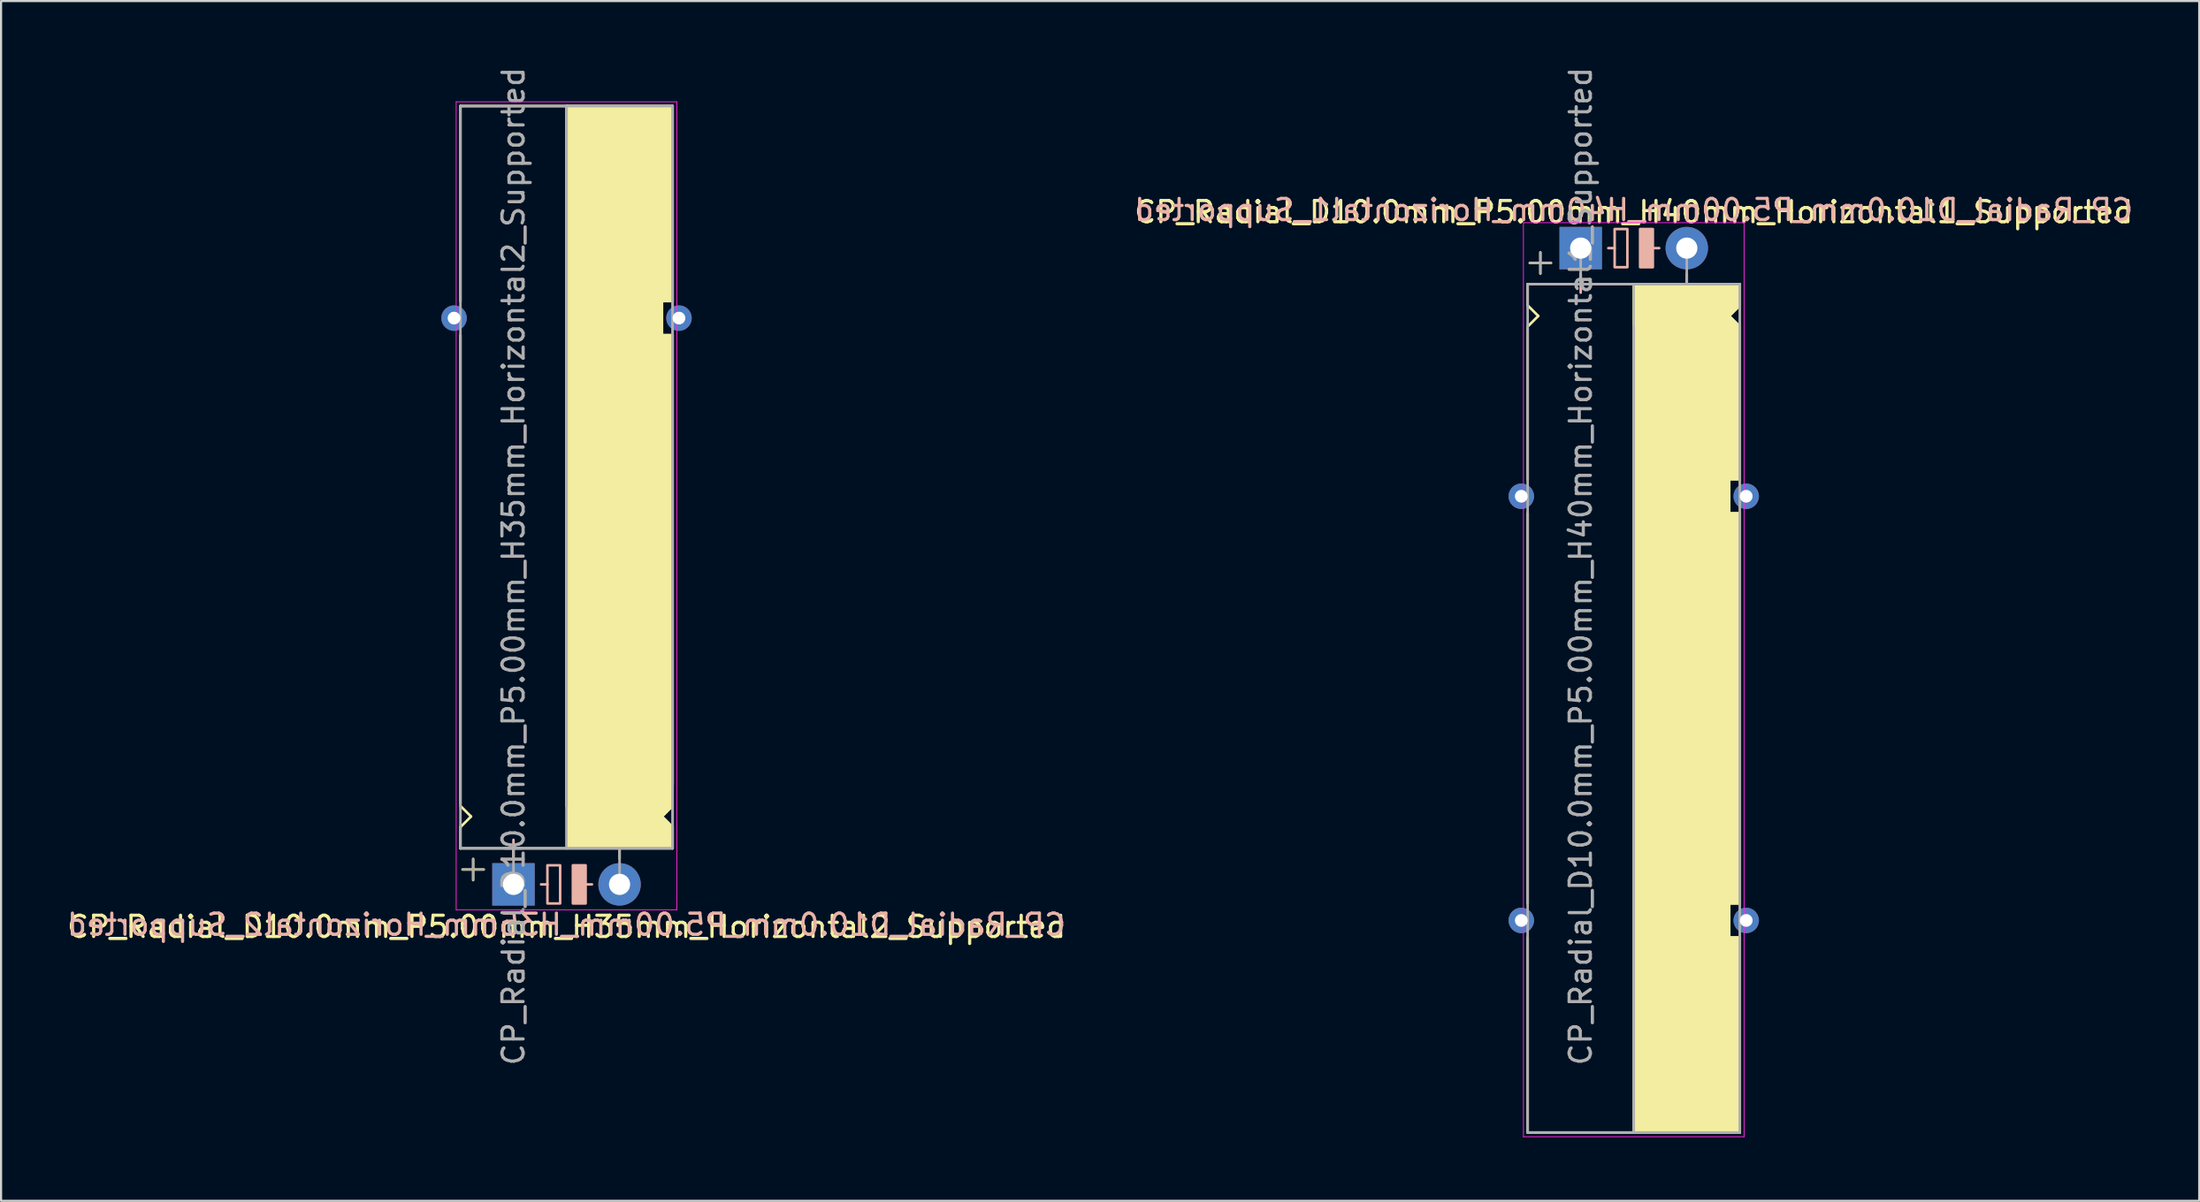
<source format=kicad_pcb>
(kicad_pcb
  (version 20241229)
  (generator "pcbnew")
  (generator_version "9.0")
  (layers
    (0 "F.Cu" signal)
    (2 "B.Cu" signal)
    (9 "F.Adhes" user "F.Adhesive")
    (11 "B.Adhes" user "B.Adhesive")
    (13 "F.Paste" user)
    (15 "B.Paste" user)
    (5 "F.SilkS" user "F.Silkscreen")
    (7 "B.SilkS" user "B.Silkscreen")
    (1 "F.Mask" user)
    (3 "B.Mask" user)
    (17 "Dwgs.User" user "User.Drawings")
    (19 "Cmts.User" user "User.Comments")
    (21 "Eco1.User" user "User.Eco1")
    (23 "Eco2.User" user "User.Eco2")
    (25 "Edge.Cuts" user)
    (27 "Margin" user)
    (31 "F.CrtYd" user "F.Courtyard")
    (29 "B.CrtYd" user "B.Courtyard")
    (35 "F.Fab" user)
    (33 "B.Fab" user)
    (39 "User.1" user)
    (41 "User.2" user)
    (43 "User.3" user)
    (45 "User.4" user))
  (footprint "CP_Radial_D10.0mm_P5.00mm_H35mm_Horizontal2_Supported"
    (layer "F.Cu")
    (at 21.149 38.649)
    (property "Reference" "CP_Radial_D10.0mm_P5.00mm_H35mm_Horizontal2_Supported" (at 2.5 2 0) (layer "F.SilkS") (effects (font (size 1 1) (thickness 0.15))))
    (fp_line (start -2.5 -36.7) (end 7.5 -36.7) (stroke (width 0.12) (type solid)) (layer "F.SilkS"))
    (fp_line (start -2.5 -27.5) (end -2.5 -36.7) (stroke (width 0.12) (type solid)) (layer "F.SilkS"))
    (fp_line (start -2.5 -3.8) (end -2.5 -25.9) (stroke (width 0.12) (type solid)) (layer "F.SilkS"))
    (fp_line (start -2.5 -2.7) (end -2 -3.2) (stroke (width 0.12) (type solid)) (layer "F.SilkS"))
    (fp_line (start -2.5 -1.7) (end -2.5 -2.7) (stroke (width 0.12) (type solid)) (layer "F.SilkS"))
    (fp_line (start -2 -3.2) (end -2.5 -3.7) (stroke (width 0.12) (type solid)) (layer "F.SilkS"))
    (fp_line (start -1.9 -1.2) (end -1.9 -0.2) (stroke (width 0.12) (type solid)) (layer "F.SilkS"))
    (fp_line (start -1.4 -0.7) (end -2.4 -0.7) (stroke (width 0.12) (type solid)) (layer "F.SilkS"))
    (fp_line (start 0 -1.7) (end 0 -1.2) (stroke (width 0.12) (type solid)) (layer "F.SilkS"))
    (fp_line (start 2.5 -36.7) (end 2.5 -3.7) (stroke (width 0.12) (type solid)) (layer "F.SilkS"))
    (fp_line (start 2.5 -1.7) (end -2.5 -1.7) (stroke (width 0.12) (type solid)) (layer "F.SilkS"))
    (fp_line (start 5 -1.7) (end 5 -1.2) (stroke (width 0.12) (type solid)) (layer "F.SilkS"))
    (fp_line (start 7 -27.5) (end 7 -26.9) (stroke (width 0.12) (type solid)) (layer "F.SilkS"))
    (fp_line (start 7 -26.9) (end 7 -25.9) (stroke (width 0.12) (type solid)) (layer "F.SilkS"))
    (fp_line (start 7 -25.9) (end 7.5 -25.9) (stroke (width 0.12) (type solid)) (layer "F.SilkS"))
    (fp_line (start 7 -3.2) (end 7.5 -3.7) (stroke (width 0.12) (type solid)) (layer "F.SilkS"))
    (fp_line (start 7.5 -27.5) (end 7 -27.5) (stroke (width 0.12) (type solid)) (layer "F.SilkS"))
    (fp_line (start 7.5 -27.5) (end 7.5 -36.7) (stroke (width 0.12) (type solid)) (layer "F.SilkS"))
    (fp_line (start 7.5 -4.7) (end 7.5 -25.9) (stroke (width 0.12) (type solid)) (layer "F.SilkS"))
    (fp_line (start 7.5 -2.7) (end 7 -3.2) (stroke (width 0.12) (type solid)) (layer "F.SilkS"))
    (fp_line (start 7.5 -1.7) (end 2.5 -1.7) (stroke (width 0.12) (type solid)) (layer "F.SilkS"))
    (fp_line (start 7.5 -1.7) (end 7.5 -2.7) (stroke (width 0.12) (type solid)) (layer "F.SilkS"))
    (fp_poly (pts (xy 7.5 -2.7) (xy 7 -3.2) (xy 7.5 -3.7) (xy 7.5 -25.9) (xy 7 -25.9) (xy 7 -27.5) (xy 7.5 -27.5) (xy 7.5 -36.7) (xy 2.5 -36.7) (xy 2.5 -1.7) (xy 7.5 -1.7)) (stroke (width 0.1) (type solid)) (fill yes) (layer "F.SilkS"))
    (fp_line (start 0 -2.1) (end 0 -1.3) (stroke (width 0.12) (type solid)) (layer "B.SilkS"))
    (fp_line (start 0.4 -1.7) (end -0.4 -1.7) (stroke (width 0.12) (type solid)) (layer "B.SilkS"))
    (fp_line (start 1.6 0) (end 1.3 0) (stroke (width 0.12) (type solid)) (layer "B.SilkS"))
    (fp_line (start 3.7 0) (end 3.4 0) (stroke (width 0.12) (type solid)) (layer "B.SilkS"))
    (fp_rect (start 2.2 -0.9) (end 1.6 0.9) (stroke (width 0.12) (type solid)) (fill no) (layer "B.SilkS"))
    (fp_rect (start 3.4 -0.9) (end 2.8 0.9) (stroke (width 0.12) (type solid)) (fill yes) (layer "B.SilkS"))
    (fp_line (start -2.7 -36.9) (end -2.7 1.2) (stroke (width 0.04) (type solid)) (layer "F.CrtYd"))
    (fp_line (start -2.7 1.2) (end 5.3 1.2) (stroke (width 0.04) (type solid)) (layer "F.CrtYd"))
    (fp_line (start 5.3 1.2) (end 7.7 1.2) (stroke (width 0.04) (type solid)) (layer "F.CrtYd"))
    (fp_line (start 7.7 -36.9) (end -2.7 -36.9) (stroke (width 0.04) (type solid)) (layer "F.CrtYd"))
    (fp_line (start 7.7 1.2) (end 7.7 -36.9) (stroke (width 0.04) (type solid)) (layer "F.CrtYd"))
    (fp_line (start -2.5 -36.7) (end 7.5 -36.7) (stroke (width 0.12) (type solid)) (layer "F.Fab"))
    (fp_line (start -2.5 -1.7) (end -2.5 -36.7) (stroke (width 0.12) (type solid)) (layer "F.Fab"))
    (fp_line (start -2.4 -0.7) (end -1.4 -0.7) (stroke (width 0.1) (type solid)) (layer "F.Fab"))
    (fp_line (start -1.9 -0.2) (end -1.9 -1.2) (stroke (width 0.1) (type solid)) (layer "F.Fab"))
    (fp_line (start 0 -1.7) (end 0 0) (stroke (width 0.12) (type solid)) (layer "F.Fab"))
    (fp_line (start 2.5 -3.7) (end 2.5 -36.7) (stroke (width 0.12) (type solid)) (layer "F.Fab"))
    (fp_line (start 5 -1.7) (end 5 0) (stroke (width 0.12) (type solid)) (layer "F.Fab"))
    (fp_line (start 7.5 -36.7) (end 7.5 -1.7) (stroke (width 0.12) (type solid)) (layer "F.Fab"))
    (fp_line (start 7.5 -1.7) (end -2.5 -1.7) (stroke (width 0.12) (type solid)) (layer "F.Fab"))
    (fp_poly (pts (xy 7.5 -36.7) (xy 2.5 -36.7) (xy 2.5 -1.7) (xy 7.5 -1.7)) (stroke (width 0.1) (type solid)) (fill no) (layer "F.Fab"))
    (fp_text user "${REFERENCE}" (at 2.5 1.9 0) (layer "B.SilkS") (effects (font (size 1 1) (thickness 0.15)) (justify mirror)))
    (fp_text user "${REFERENCE}" (at 0 -15 90) (layer "F.Fab") (effects (font (size 1 1) (thickness 0.15))))
    (pad "1" thru_hole rect (at 0 0) (size 2 2) (drill 1) (layers "*.Cu" "*.Mask"))
    (pad "2" thru_hole circle (at 5 0) (size 2 2) (drill 1) (layers "*.Cu" "*.Mask"))
    (pad "~" thru_hole circle (at -2.8 -26.7 180) (size 1.2 1.2) (drill 0.6) (layers "*.Cu" "*.Mask"))
    (pad "~" thru_hole circle (at 7.8 -26.7 180) (size 1.2 1.2) (drill 0.6) (layers "*.Cu" "*.Mask")))
  (footprint "CP_Radial_D10.0mm_P5.00mm_H40mm_Horizontal1_Supported"
    (layer "F.Cu")
    (at 71.446 8.649)
    (property "Reference" "CP_Radial_D10.0mm_P5.00mm_H40mm_Horizontal1_Supported" (at 2.5 -1.7 0) (layer "F.SilkS") (effects (font (size 1 1) (thickness 0.15))))
    (fp_line (start -2.5 1.7) (end -2.5 2.7) (stroke (width 0.12) (type solid)) (layer "F.SilkS"))
    (fp_line (start -2.5 2.7) (end -2 3.2) (stroke (width 0.12) (type solid)) (layer "F.SilkS"))
    (fp_line (start -2.5 3.8) (end -2.5 10.9) (stroke (width 0.12) (type solid)) (layer "F.SilkS"))
    (fp_line (start -2.5 12.5) (end -2.5 30.9) (stroke (width 0.12) (type solid)) (layer "F.SilkS"))
    (fp_line (start -2.5 32.5) (end -2.5 41.7) (stroke (width 0.12) (type solid)) (layer "F.SilkS"))
    (fp_line (start -2.5 41.7) (end 7.5 41.7) (stroke (width 0.12) (type solid)) (layer "F.SilkS"))
    (fp_line (start -2 3.2) (end -2.5 3.7) (stroke (width 0.12) (type solid)) (layer "F.SilkS"))
    (fp_line (start -1.9 0.2) (end -1.9 1.2) (stroke (width 0.12) (type solid)) (layer "F.SilkS"))
    (fp_line (start -1.4 0.7) (end -2.4 0.7) (stroke (width 0.12) (type solid)) (layer "F.SilkS"))
    (fp_line (start 0 1.7) (end 0 1.2) (stroke (width 0.12) (type solid)) (layer "F.SilkS"))
    (fp_line (start 2.5 1.7) (end -2.5 1.7) (stroke (width 0.12) (type solid)) (layer "F.SilkS"))
    (fp_line (start 2.5 41.7) (end 2.5 1.7) (stroke (width 0.12) (type solid)) (layer "F.SilkS"))
    (fp_line (start 5 1.7) (end 5 1.2) (stroke (width 0.12) (type solid)) (layer "F.SilkS"))
    (fp_line (start 7 3.2) (end 7.5 3.7) (stroke (width 0.12) (type solid)) (layer "F.SilkS"))
    (fp_line (start 7 10.9) (end 7 12.5) (stroke (width 0.12) (type solid)) (layer "F.SilkS"))
    (fp_line (start 7 12.5) (end 7.5 12.5) (stroke (width 0.12) (type solid)) (layer "F.SilkS"))
    (fp_line (start 7 30.9) (end 7 32.5) (stroke (width 0.12) (type solid)) (layer "F.SilkS"))
    (fp_line (start 7 32.5) (end 7.5 32.5) (stroke (width 0.12) (type solid)) (layer "F.SilkS"))
    (fp_line (start 7.5 1.7) (end 2.5 1.7) (stroke (width 0.12) (type solid)) (layer "F.SilkS"))
    (fp_line (start 7.5 1.7) (end 7.5 2.7) (stroke (width 0.12) (type solid)) (layer "F.SilkS"))
    (fp_line (start 7.5 2.7) (end 7 3.2) (stroke (width 0.12) (type solid)) (layer "F.SilkS"))
    (fp_line (start 7.5 3.7) (end 7.5 10.9) (stroke (width 0.12) (type solid)) (layer "F.SilkS"))
    (fp_line (start 7.5 10.9) (end 7 10.9) (stroke (width 0.12) (type solid)) (layer "F.SilkS"))
    (fp_line (start 7.5 12.5) (end 7.5 30.9) (stroke (width 0.12) (type solid)) (layer "F.SilkS"))
    (fp_line (start 7.5 30.9) (end 7 30.9) (stroke (width 0.12) (type solid)) (layer "F.SilkS"))
    (fp_line (start 7.5 32.5) (end 7.5 41.7) (stroke (width 0.12) (type solid)) (layer "F.SilkS"))
    (fp_poly (pts (xy 7.5 2.7) (xy 7 3.2) (xy 7.5 3.7) (xy 7.5 10.9) (xy 7 10.9) (xy 7 12.5) (xy 7.5 12.5) (xy 7.5 30.9) (xy 7 30.9) (xy 7 32.5) (xy 7.5 32.5) (xy 7.5 41.7) (xy 2.5 41.7) (xy 2.5 1.7) (xy 7.5 1.7)) (stroke (width 0.1) (type solid)) (fill yes) (layer "F.SilkS"))
    (fp_line (start 0 1.3) (end 0 2.1) (stroke (width 0.12) (type solid)) (layer "B.SilkS"))
    (fp_line (start 0.4 1.7) (end -0.4 1.7) (stroke (width 0.12) (type solid)) (layer "B.SilkS"))
    (fp_line (start 1.6 0) (end 1.3 0) (stroke (width 0.12) (type solid)) (layer "B.SilkS"))
    (fp_line (start 3.7 0) (end 3.4 0) (stroke (width 0.12) (type solid)) (layer "B.SilkS"))
    (fp_rect (start 2.2 -0.9) (end 1.6 0.9) (stroke (width 0.12) (type solid)) (fill no) (layer "B.SilkS"))
    (fp_rect (start 3.4 -0.9) (end 2.8 0.9) (stroke (width 0.12) (type solid)) (fill yes) (layer "B.SilkS"))
    (fp_line (start -2.7 -1.2) (end 5.3 -1.2) (stroke (width 0.04) (type solid)) (layer "F.CrtYd"))
    (fp_line (start -2.7 41.9) (end -2.7 -1.2) (stroke (width 0.04) (type solid)) (layer "F.CrtYd"))
    (fp_line (start 5.3 -1.2) (end 7.7 -1.2) (stroke (width 0.04) (type solid)) (layer "F.CrtYd"))
    (fp_line (start 7.7 -1.2) (end 7.7 41.9) (stroke (width 0.04) (type solid)) (layer "F.CrtYd"))
    (fp_line (start 7.7 41.9) (end -2.7 41.9) (stroke (width 0.04) (type solid)) (layer "F.CrtYd"))
    (fp_line (start -2.5 1.7) (end -2.5 41.7) (stroke (width 0.12) (type solid)) (layer "F.Fab"))
    (fp_line (start -2.5 41.7) (end 7.5 41.7) (stroke (width 0.12) (type solid)) (layer "F.Fab"))
    (fp_line (start -2.4 0.7) (end -1.4 0.7) (stroke (width 0.1) (type solid)) (layer "F.Fab"))
    (fp_line (start -1.9 1.2) (end -1.9 0.2) (stroke (width 0.1) (type solid)) (layer "F.Fab"))
    (fp_line (start 0 1.7) (end 0 0) (stroke (width 0.12) (type solid)) (layer "F.Fab"))
    (fp_line (start 2.5 3.7) (end 2.5 41.7) (stroke (width 0.12) (type solid)) (layer "F.Fab"))
    (fp_line (start 5 1.7) (end 5 0) (stroke (width 0.12) (type solid)) (layer "F.Fab"))
    (fp_line (start 7.5 1.7) (end -2.5 1.7) (stroke (width 0.12) (type solid)) (layer "F.Fab"))
    (fp_line (start 7.5 41.7) (end 7.5 1.7) (stroke (width 0.12) (type solid)) (layer "F.Fab"))
    (fp_poly (pts (xy 7.5 41.7) (xy 2.5 41.7) (xy 2.5 1.7) (xy 7.5 1.7)) (stroke (width 0.1) (type solid)) (fill no) (layer "F.Fab"))
    (fp_text user "${REFERENCE}" (at 2.5 -1.8 0) (layer "B.SilkS") (effects (font (size 1 1) (thickness 0.15)) (justify mirror)))
    (fp_text user "${REFERENCE}" (at 0 15 90) (layer "F.Fab") (effects (font (size 1 1) (thickness 0.15))))
    (pad "1" thru_hole rect (at 0 0) (size 2 2) (drill 1) (layers "*.Cu" "*.Mask"))
    (pad "2" thru_hole circle (at 5 0) (size 2 2) (drill 1) (layers "*.Cu" "*.Mask"))
    (pad "~" thru_hole circle (at -2.8 11.7 180) (size 1.2 1.2) (drill 0.6) (layers "*.Cu" "*.Mask"))
    (pad "~" thru_hole circle (at -2.8 31.7) (size 1.2 1.2) (drill 0.6) (layers "*.Cu" "*.Mask"))
    (pad "~" thru_hole circle (at 7.8 11.7) (size 1.2 1.2) (drill 0.6) (layers "*.Cu" "*.Mask"))
    (pad "~" thru_hole circle (at 7.8 31.7) (size 1.2 1.2) (drill 0.6) (layers "*.Cu" "*.Mask")))
  (gr_rect
    (start -3 -3)
    (end 100.595 53.569)
    (stroke (width 0.1) (type default))
    (fill no)
    (layer "Edge.Cuts")))
</source>
